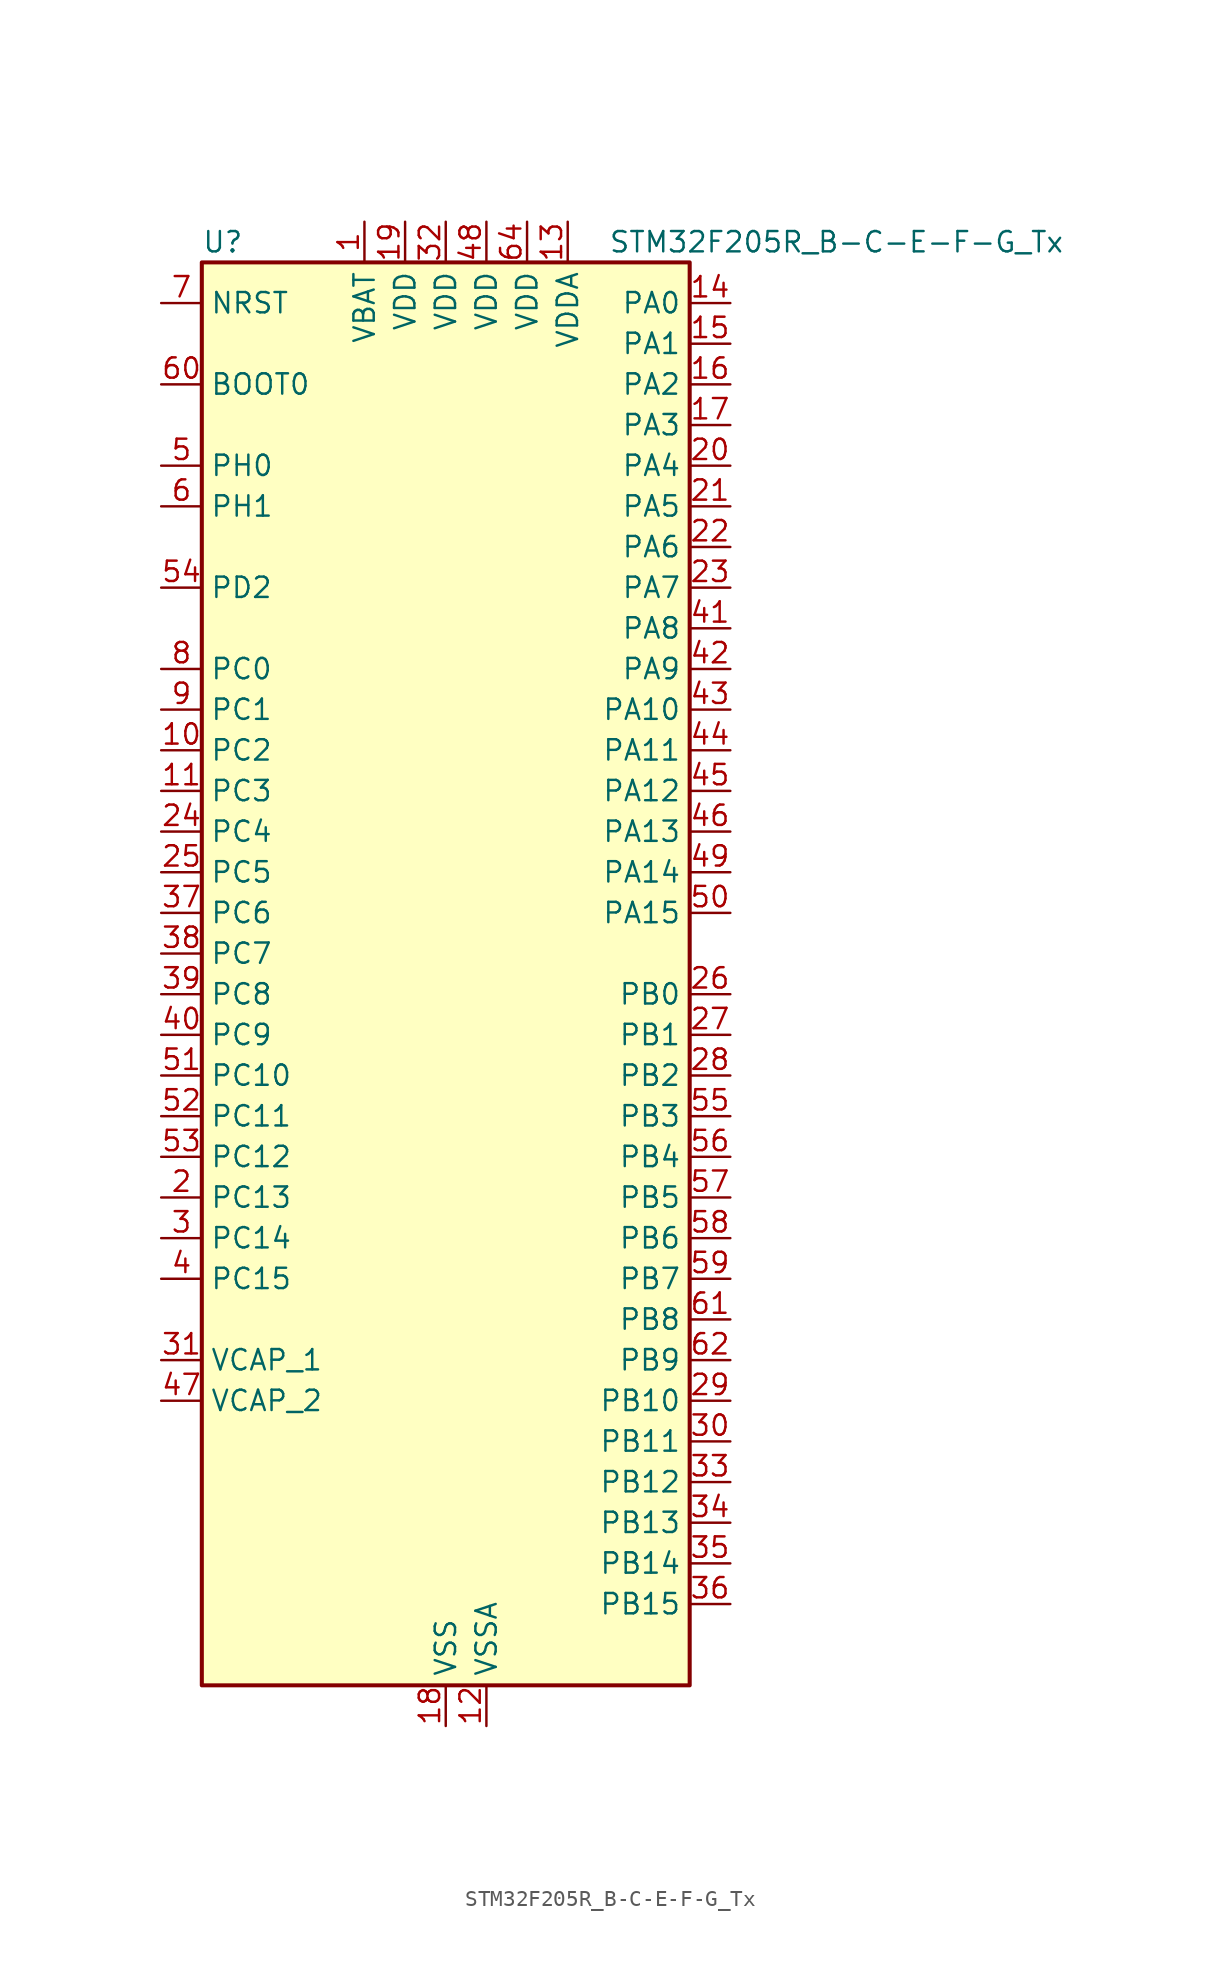
<source format=kicad_sym>
(kicad_symbol_lib
  (version 20231120)
  (generator "kicad_symbol_editor")
  (generator_version "8.0")
  (symbol "STM32F205R_B-C-E-F-G_Tx"
    (property "Reference" "U"
      (at -15.24 46.99 0)
      (effects (font (size 1.27 1.27)) (justify left)))
    (property "Value" "STM32F205R_B-C-E-F-G_Tx"
      (at 10.16 46.99 0)
      (effects (font (size 1.27 1.27)) (justify left)))
    (property "ki_locked" ""
      (at 0 0 0)
      (effects (font (size 1.27 1.27))))
    (symbol "STM32F205R_B-C-E-F-G_Tx_0_1"
      (rectangle (start -15.24 -43.18) (end 15.24 45.72) (stroke (width 0.254) (type default)) (fill (type background))))
    (symbol "STM32F205R_B-C-E-F-G_Tx_1_1"
      (pin power_in line (at -5.08 48.26 270) (length 2.54) (name "VBAT" (effects (font (size 1.27 1.27)))) (number "1" (effects (font (size 1.27 1.27)))))
      (pin bidirectional line (at -17.78 15.24 0) (length 2.54) (name "PC2" (effects (font (size 1.27 1.27)))) (number "10" (effects (font (size 1.27 1.27)))) (alternate "ADC1_IN12" bidirectional line) (alternate "ADC2_IN12" bidirectional line) (alternate "ADC3_IN12" bidirectional line) (alternate "SPI2_MISO" bidirectional line) (alternate "USB_OTG_HS_ULPI_DIR" bidirectional line))
      (pin bidirectional line (at -17.78 12.7 0) (length 2.54) (name "PC3" (effects (font (size 1.27 1.27)))) (number "11" (effects (font (size 1.27 1.27)))) (alternate "ADC1_IN13" bidirectional line) (alternate "ADC2_IN13" bidirectional line) (alternate "ADC3_IN13" bidirectional line) (alternate "I2S2_SD" bidirectional line) (alternate "SPI2_MOSI" bidirectional line) (alternate "USB_OTG_HS_ULPI_NXT" bidirectional line))
      (pin power_in line (at 2.54 -45.72 90) (length 2.54) (name "VSSA" (effects (font (size 1.27 1.27)))) (number "12" (effects (font (size 1.27 1.27)))))
      (pin power_in line (at 7.62 48.26 270) (length 2.54) (name "VDDA" (effects (font (size 1.27 1.27)))) (number "13" (effects (font (size 1.27 1.27)))))
      (pin bidirectional line (at 17.78 43.18 180) (length 2.54) (name "PA0" (effects (font (size 1.27 1.27)))) (number "14" (effects (font (size 1.27 1.27)))) (alternate "ADC1_IN0" bidirectional line) (alternate "ADC2_IN0" bidirectional line) (alternate "ADC3_IN0" bidirectional line) (alternate "SYS_WKUP" bidirectional line) (alternate "TIM2_CH1" bidirectional line) (alternate "TIM2_ETR" bidirectional line) (alternate "TIM5_CH1" bidirectional line) (alternate "TIM8_ETR" bidirectional line) (alternate "UART4_TX" bidirectional line) (alternate "USART2_CTS" bidirectional line))
      (pin bidirectional line (at 17.78 40.64 180) (length 2.54) (name "PA1" (effects (font (size 1.27 1.27)))) (number "15" (effects (font (size 1.27 1.27)))) (alternate "ADC1_IN1" bidirectional line) (alternate "ADC2_IN1" bidirectional line) (alternate "ADC3_IN1" bidirectional line) (alternate "TIM2_CH2" bidirectional line) (alternate "TIM5_CH2" bidirectional line) (alternate "UART4_RX" bidirectional line) (alternate "USART2_RTS" bidirectional line))
      (pin bidirectional line (at 17.78 38.1 180) (length 2.54) (name "PA2" (effects (font (size 1.27 1.27)))) (number "16" (effects (font (size 1.27 1.27)))) (alternate "ADC1_IN2" bidirectional line) (alternate "ADC2_IN2" bidirectional line) (alternate "ADC3_IN2" bidirectional line) (alternate "TIM2_CH3" bidirectional line) (alternate "TIM5_CH3" bidirectional line) (alternate "TIM9_CH1" bidirectional line) (alternate "USART2_TX" bidirectional line))
      (pin bidirectional line (at 17.78 35.56 180) (length 2.54) (name "PA3" (effects (font (size 1.27 1.27)))) (number "17" (effects (font (size 1.27 1.27)))) (alternate "ADC1_IN3" bidirectional line) (alternate "ADC2_IN3" bidirectional line) (alternate "ADC3_IN3" bidirectional line) (alternate "TIM2_CH4" bidirectional line) (alternate "TIM5_CH4" bidirectional line) (alternate "TIM9_CH2" bidirectional line) (alternate "USART2_RX" bidirectional line) (alternate "USB_OTG_HS_ULPI_D0" bidirectional line))
      (pin power_in line (at 0 -45.72 90) (length 2.54) (name "VSS" (effects (font (size 1.27 1.27)))) (number "18" (effects (font (size 1.27 1.27)))))
      (pin power_in line (at -2.54 48.26 270) (length 2.54) (name "VDD" (effects (font (size 1.27 1.27)))) (number "19" (effects (font (size 1.27 1.27)))))
      (pin bidirectional line (at -17.78 -12.7 0) (length 2.54) (name "PC13" (effects (font (size 1.27 1.27)))) (number "2" (effects (font (size 1.27 1.27)))) (alternate "RTC_AF1" bidirectional line))
      (pin bidirectional line (at 17.78 33.02 180) (length 2.54) (name "PA4" (effects (font (size 1.27 1.27)))) (number "20" (effects (font (size 1.27 1.27)))) (alternate "ADC1_IN4" bidirectional line) (alternate "ADC2_IN4" bidirectional line) (alternate "DAC_OUT1" bidirectional line) (alternate "I2S3_WS" bidirectional line) (alternate "SPI1_NSS" bidirectional line) (alternate "SPI3_NSS" bidirectional line) (alternate "USART2_CK" bidirectional line) (alternate "USB_OTG_HS_SOF" bidirectional line))
      (pin bidirectional line (at 17.78 30.48 180) (length 2.54) (name "PA5" (effects (font (size 1.27 1.27)))) (number "21" (effects (font (size 1.27 1.27)))) (alternate "ADC1_IN5" bidirectional line) (alternate "ADC2_IN5" bidirectional line) (alternate "DAC_OUT2" bidirectional line) (alternate "SPI1_SCK" bidirectional line) (alternate "TIM2_CH1" bidirectional line) (alternate "TIM2_ETR" bidirectional line) (alternate "TIM8_CH1N" bidirectional line) (alternate "USB_OTG_HS_ULPI_CK" bidirectional line))
      (pin bidirectional line (at 17.78 27.94 180) (length 2.54) (name "PA6" (effects (font (size 1.27 1.27)))) (number "22" (effects (font (size 1.27 1.27)))) (alternate "ADC1_IN6" bidirectional line) (alternate "ADC2_IN6" bidirectional line) (alternate "SPI1_MISO" bidirectional line) (alternate "TIM13_CH1" bidirectional line) (alternate "TIM1_BKIN" bidirectional line) (alternate "TIM3_CH1" bidirectional line) (alternate "TIM8_BKIN" bidirectional line))
      (pin bidirectional line (at 17.78 25.4 180) (length 2.54) (name "PA7" (effects (font (size 1.27 1.27)))) (number "23" (effects (font (size 1.27 1.27)))) (alternate "ADC1_IN7" bidirectional line) (alternate "ADC2_IN7" bidirectional line) (alternate "SPI1_MOSI" bidirectional line) (alternate "TIM14_CH1" bidirectional line) (alternate "TIM1_CH1N" bidirectional line) (alternate "TIM3_CH2" bidirectional line) (alternate "TIM8_CH1N" bidirectional line))
      (pin bidirectional line (at -17.78 10.16 0) (length 2.54) (name "PC4" (effects (font (size 1.27 1.27)))) (number "24" (effects (font (size 1.27 1.27)))) (alternate "ADC1_IN14" bidirectional line) (alternate "ADC2_IN14" bidirectional line))
      (pin bidirectional line (at -17.78 7.62 0) (length 2.54) (name "PC5" (effects (font (size 1.27 1.27)))) (number "25" (effects (font (size 1.27 1.27)))) (alternate "ADC1_IN15" bidirectional line) (alternate "ADC2_IN15" bidirectional line))
      (pin bidirectional line (at 17.78 0 180) (length 2.54) (name "PB0" (effects (font (size 1.27 1.27)))) (number "26" (effects (font (size 1.27 1.27)))) (alternate "ADC1_IN8" bidirectional line) (alternate "ADC2_IN8" bidirectional line) (alternate "TIM1_CH2N" bidirectional line) (alternate "TIM3_CH3" bidirectional line) (alternate "TIM8_CH2N" bidirectional line) (alternate "USB_OTG_HS_ULPI_D1" bidirectional line))
      (pin bidirectional line (at 17.78 -2.54 180) (length 2.54) (name "PB1" (effects (font (size 1.27 1.27)))) (number "27" (effects (font (size 1.27 1.27)))) (alternate "ADC1_IN9" bidirectional line) (alternate "ADC2_IN9" bidirectional line) (alternate "TIM1_CH3N" bidirectional line) (alternate "TIM3_CH4" bidirectional line) (alternate "TIM8_CH3N" bidirectional line) (alternate "USB_OTG_HS_ULPI_D2" bidirectional line))
      (pin bidirectional line (at 17.78 -5.08 180) (length 2.54) (name "PB2" (effects (font (size 1.27 1.27)))) (number "28" (effects (font (size 1.27 1.27)))))
      (pin bidirectional line (at 17.78 -25.4 180) (length 2.54) (name "PB10" (effects (font (size 1.27 1.27)))) (number "29" (effects (font (size 1.27 1.27)))) (alternate "I2C2_SCL" bidirectional line) (alternate "I2S2_SCK" bidirectional line) (alternate "SPI2_SCK" bidirectional line) (alternate "TIM2_CH3" bidirectional line) (alternate "USART3_TX" bidirectional line) (alternate "USB_OTG_HS_ULPI_D3" bidirectional line))
      (pin bidirectional line (at -17.78 -15.24 0) (length 2.54) (name "PC14" (effects (font (size 1.27 1.27)))) (number "3" (effects (font (size 1.27 1.27)))) (alternate "RCC_OSC32_IN" bidirectional line))
      (pin bidirectional line (at 17.78 -27.94 180) (length 2.54) (name "PB11" (effects (font (size 1.27 1.27)))) (number "30" (effects (font (size 1.27 1.27)))) (alternate "ADC1_EXTI11" bidirectional line) (alternate "ADC2_EXTI11" bidirectional line) (alternate "ADC3_EXTI11" bidirectional line) (alternate "I2C2_SDA" bidirectional line) (alternate "TIM2_CH4" bidirectional line) (alternate "USART3_RX" bidirectional line) (alternate "USB_OTG_HS_ULPI_D4" bidirectional line))
      (pin power_out line (at -17.78 -22.86 0) (length 2.54) (name "VCAP_1" (effects (font (size 1.27 1.27)))) (number "31" (effects (font (size 1.27 1.27)))))
      (pin power_in line (at 0 48.26 270) (length 2.54) (name "VDD" (effects (font (size 1.27 1.27)))) (number "32" (effects (font (size 1.27 1.27)))))
      (pin bidirectional line (at 17.78 -30.48 180) (length 2.54) (name "PB12" (effects (font (size 1.27 1.27)))) (number "33" (effects (font (size 1.27 1.27)))) (alternate "CAN2_RX" bidirectional line) (alternate "I2C2_SMBA" bidirectional line) (alternate "I2S2_WS" bidirectional line) (alternate "SPI2_NSS" bidirectional line) (alternate "TIM1_BKIN" bidirectional line) (alternate "USART3_CK" bidirectional line) (alternate "USB_OTG_HS_ID" bidirectional line) (alternate "USB_OTG_HS_ULPI_D5" bidirectional line))
      (pin bidirectional line (at 17.78 -33.02 180) (length 2.54) (name "PB13" (effects (font (size 1.27 1.27)))) (number "34" (effects (font (size 1.27 1.27)))) (alternate "CAN2_TX" bidirectional line) (alternate "I2S2_SCK" bidirectional line) (alternate "SPI2_SCK" bidirectional line) (alternate "TIM1_CH1N" bidirectional line) (alternate "USART3_CTS" bidirectional line) (alternate "USB_OTG_HS_ULPI_D6" bidirectional line) (alternate "USB_OTG_HS_VBUS" bidirectional line))
      (pin bidirectional line (at 17.78 -35.56 180) (length 2.54) (name "PB14" (effects (font (size 1.27 1.27)))) (number "35" (effects (font (size 1.27 1.27)))) (alternate "SPI2_MISO" bidirectional line) (alternate "TIM12_CH1" bidirectional line) (alternate "TIM1_CH2N" bidirectional line) (alternate "TIM8_CH2N" bidirectional line) (alternate "USART3_RTS" bidirectional line) (alternate "USB_OTG_HS_DM" bidirectional line))
      (pin bidirectional line (at 17.78 -38.1 180) (length 2.54) (name "PB15" (effects (font (size 1.27 1.27)))) (number "36" (effects (font (size 1.27 1.27)))) (alternate "ADC1_EXTI15" bidirectional line) (alternate "ADC2_EXTI15" bidirectional line) (alternate "ADC3_EXTI15" bidirectional line) (alternate "I2S2_SD" bidirectional line) (alternate "RTC_REFIN" bidirectional line) (alternate "SPI2_MOSI" bidirectional line) (alternate "TIM12_CH2" bidirectional line) (alternate "TIM1_CH3N" bidirectional line) (alternate "TIM8_CH3N" bidirectional line) (alternate "USB_OTG_HS_DP" bidirectional line))
      (pin bidirectional line (at -17.78 5.08 0) (length 2.54) (name "PC6" (effects (font (size 1.27 1.27)))) (number "37" (effects (font (size 1.27 1.27)))) (alternate "I2S2_MCK" bidirectional line) (alternate "SDIO_D6" bidirectional line) (alternate "TIM3_CH1" bidirectional line) (alternate "TIM8_CH1" bidirectional line) (alternate "USART6_TX" bidirectional line))
      (pin bidirectional line (at -17.78 2.54 0) (length 2.54) (name "PC7" (effects (font (size 1.27 1.27)))) (number "38" (effects (font (size 1.27 1.27)))) (alternate "I2S3_MCK" bidirectional line) (alternate "SDIO_D7" bidirectional line) (alternate "TIM3_CH2" bidirectional line) (alternate "TIM8_CH2" bidirectional line) (alternate "USART6_RX" bidirectional line))
      (pin bidirectional line (at -17.78 0 0) (length 2.54) (name "PC8" (effects (font (size 1.27 1.27)))) (number "39" (effects (font (size 1.27 1.27)))) (alternate "SDIO_D0" bidirectional line) (alternate "TIM3_CH3" bidirectional line) (alternate "TIM8_CH3" bidirectional line) (alternate "USART6_CK" bidirectional line))
      (pin bidirectional line (at -17.78 -17.78 0) (length 2.54) (name "PC15" (effects (font (size 1.27 1.27)))) (number "4" (effects (font (size 1.27 1.27)))) (alternate "ADC1_EXTI15" bidirectional line) (alternate "ADC2_EXTI15" bidirectional line) (alternate "ADC3_EXTI15" bidirectional line) (alternate "RCC_OSC32_OUT" bidirectional line))
      (pin bidirectional line (at -17.78 -2.54 0) (length 2.54) (name "PC9" (effects (font (size 1.27 1.27)))) (number "40" (effects (font (size 1.27 1.27)))) (alternate "DAC_EXTI9" bidirectional line) (alternate "I2C3_SDA" bidirectional line) (alternate "I2S_CKIN" bidirectional line) (alternate "RCC_MCO_2" bidirectional line) (alternate "SDIO_D1" bidirectional line) (alternate "TIM3_CH4" bidirectional line) (alternate "TIM8_CH4" bidirectional line))
      (pin bidirectional line (at 17.78 22.86 180) (length 2.54) (name "PA8" (effects (font (size 1.27 1.27)))) (number "41" (effects (font (size 1.27 1.27)))) (alternate "I2C3_SCL" bidirectional line) (alternate "RCC_MCO_1" bidirectional line) (alternate "TIM1_CH1" bidirectional line) (alternate "USART1_CK" bidirectional line) (alternate "USB_OTG_FS_SOF" bidirectional line))
      (pin bidirectional line (at 17.78 20.32 180) (length 2.54) (name "PA9" (effects (font (size 1.27 1.27)))) (number "42" (effects (font (size 1.27 1.27)))) (alternate "DAC_EXTI9" bidirectional line) (alternate "I2C3_SMBA" bidirectional line) (alternate "TIM1_CH2" bidirectional line) (alternate "USART1_TX" bidirectional line) (alternate "USB_OTG_FS_VBUS" bidirectional line))
      (pin bidirectional line (at 17.78 17.78 180) (length 2.54) (name "PA10" (effects (font (size 1.27 1.27)))) (number "43" (effects (font (size 1.27 1.27)))) (alternate "TIM1_CH3" bidirectional line) (alternate "USART1_RX" bidirectional line) (alternate "USB_OTG_FS_ID" bidirectional line))
      (pin bidirectional line (at 17.78 15.24 180) (length 2.54) (name "PA11" (effects (font (size 1.27 1.27)))) (number "44" (effects (font (size 1.27 1.27)))) (alternate "ADC1_EXTI11" bidirectional line) (alternate "ADC2_EXTI11" bidirectional line) (alternate "ADC3_EXTI11" bidirectional line) (alternate "CAN1_RX" bidirectional line) (alternate "TIM1_CH4" bidirectional line) (alternate "USART1_CTS" bidirectional line) (alternate "USB_OTG_FS_DM" bidirectional line))
      (pin bidirectional line (at 17.78 12.7 180) (length 2.54) (name "PA12" (effects (font (size 1.27 1.27)))) (number "45" (effects (font (size 1.27 1.27)))) (alternate "CAN1_TX" bidirectional line) (alternate "TIM1_ETR" bidirectional line) (alternate "USART1_RTS" bidirectional line) (alternate "USB_OTG_FS_DP" bidirectional line))
      (pin bidirectional line (at 17.78 10.16 180) (length 2.54) (name "PA13" (effects (font (size 1.27 1.27)))) (number "46" (effects (font (size 1.27 1.27)))) (alternate "SYS_JTMS-SWDIO" bidirectional line))
      (pin power_out line (at -17.78 -25.4 0) (length 2.54) (name "VCAP_2" (effects (font (size 1.27 1.27)))) (number "47" (effects (font (size 1.27 1.27)))))
      (pin power_in line (at 2.54 48.26 270) (length 2.54) (name "VDD" (effects (font (size 1.27 1.27)))) (number "48" (effects (font (size 1.27 1.27)))))
      (pin bidirectional line (at 17.78 7.62 180) (length 2.54) (name "PA14" (effects (font (size 1.27 1.27)))) (number "49" (effects (font (size 1.27 1.27)))) (alternate "SYS_JTCK-SWCLK" bidirectional line))
      (pin bidirectional line (at -17.78 33.02 0) (length 2.54) (name "PH0" (effects (font (size 1.27 1.27)))) (number "5" (effects (font (size 1.27 1.27)))) (alternate "RCC_OSC_IN" bidirectional line))
      (pin bidirectional line (at 17.78 5.08 180) (length 2.54) (name "PA15" (effects (font (size 1.27 1.27)))) (number "50" (effects (font (size 1.27 1.27)))) (alternate "ADC1_EXTI15" bidirectional line) (alternate "ADC2_EXTI15" bidirectional line) (alternate "ADC3_EXTI15" bidirectional line) (alternate "I2S3_WS" bidirectional line) (alternate "SPI1_NSS" bidirectional line) (alternate "SPI3_NSS" bidirectional line) (alternate "SYS_JTDI" bidirectional line) (alternate "TIM2_CH1" bidirectional line) (alternate "TIM2_ETR" bidirectional line))
      (pin bidirectional line (at -17.78 -5.08 0) (length 2.54) (name "PC10" (effects (font (size 1.27 1.27)))) (number "51" (effects (font (size 1.27 1.27)))) (alternate "I2S3_SCK" bidirectional line) (alternate "SDIO_D2" bidirectional line) (alternate "SPI3_SCK" bidirectional line) (alternate "UART4_TX" bidirectional line) (alternate "USART3_TX" bidirectional line))
      (pin bidirectional line (at -17.78 -7.62 0) (length 2.54) (name "PC11" (effects (font (size 1.27 1.27)))) (number "52" (effects (font (size 1.27 1.27)))) (alternate "ADC1_EXTI11" bidirectional line) (alternate "ADC2_EXTI11" bidirectional line) (alternate "ADC3_EXTI11" bidirectional line) (alternate "SDIO_D3" bidirectional line) (alternate "SPI3_MISO" bidirectional line) (alternate "UART4_RX" bidirectional line) (alternate "USART3_RX" bidirectional line))
      (pin bidirectional line (at -17.78 -10.16 0) (length 2.54) (name "PC12" (effects (font (size 1.27 1.27)))) (number "53" (effects (font (size 1.27 1.27)))) (alternate "I2S3_SD" bidirectional line) (alternate "SDIO_CK" bidirectional line) (alternate "SPI3_MOSI" bidirectional line) (alternate "UART5_TX" bidirectional line) (alternate "USART3_CK" bidirectional line))
      (pin bidirectional line (at -17.78 25.4 0) (length 2.54) (name "PD2" (effects (font (size 1.27 1.27)))) (number "54" (effects (font (size 1.27 1.27)))) (alternate "SDIO_CMD" bidirectional line) (alternate "TIM3_ETR" bidirectional line) (alternate "UART5_RX" bidirectional line))
      (pin bidirectional line (at 17.78 -7.62 180) (length 2.54) (name "PB3" (effects (font (size 1.27 1.27)))) (number "55" (effects (font (size 1.27 1.27)))) (alternate "I2S3_SCK" bidirectional line) (alternate "SPI1_SCK" bidirectional line) (alternate "SPI3_SCK" bidirectional line) (alternate "SYS_JTDO-SWO" bidirectional line) (alternate "TIM2_CH2" bidirectional line))
      (pin bidirectional line (at 17.78 -10.16 180) (length 2.54) (name "PB4" (effects (font (size 1.27 1.27)))) (number "56" (effects (font (size 1.27 1.27)))) (alternate "SPI1_MISO" bidirectional line) (alternate "SPI3_MISO" bidirectional line) (alternate "SYS_JTRST" bidirectional line) (alternate "TIM3_CH1" bidirectional line))
      (pin bidirectional line (at 17.78 -12.7 180) (length 2.54) (name "PB5" (effects (font (size 1.27 1.27)))) (number "57" (effects (font (size 1.27 1.27)))) (alternate "CAN2_RX" bidirectional line) (alternate "I2C1_SMBA" bidirectional line) (alternate "I2S3_SD" bidirectional line) (alternate "SPI1_MOSI" bidirectional line) (alternate "SPI3_MOSI" bidirectional line) (alternate "TIM3_CH2" bidirectional line) (alternate "USB_OTG_HS_ULPI_D7" bidirectional line))
      (pin bidirectional line (at 17.78 -15.24 180) (length 2.54) (name "PB6" (effects (font (size 1.27 1.27)))) (number "58" (effects (font (size 1.27 1.27)))) (alternate "CAN2_TX" bidirectional line) (alternate "I2C1_SCL" bidirectional line) (alternate "TIM4_CH1" bidirectional line) (alternate "USART1_TX" bidirectional line))
      (pin bidirectional line (at 17.78 -17.78 180) (length 2.54) (name "PB7" (effects (font (size 1.27 1.27)))) (number "59" (effects (font (size 1.27 1.27)))) (alternate "I2C1_SDA" bidirectional line) (alternate "TIM4_CH2" bidirectional line) (alternate "USART1_RX" bidirectional line))
      (pin bidirectional line (at -17.78 30.48 0) (length 2.54) (name "PH1" (effects (font (size 1.27 1.27)))) (number "6" (effects (font (size 1.27 1.27)))) (alternate "RCC_OSC_OUT" bidirectional line))
      (pin input line (at -17.78 38.1 0) (length 2.54) (name "BOOT0" (effects (font (size 1.27 1.27)))) (number "60" (effects (font (size 1.27 1.27)))))
      (pin bidirectional line (at 17.78 -20.32 180) (length 2.54) (name "PB8" (effects (font (size 1.27 1.27)))) (number "61" (effects (font (size 1.27 1.27)))) (alternate "CAN1_RX" bidirectional line) (alternate "I2C1_SCL" bidirectional line) (alternate "SDIO_D4" bidirectional line) (alternate "TIM10_CH1" bidirectional line) (alternate "TIM4_CH3" bidirectional line))
      (pin bidirectional line (at 17.78 -22.86 180) (length 2.54) (name "PB9" (effects (font (size 1.27 1.27)))) (number "62" (effects (font (size 1.27 1.27)))) (alternate "CAN1_TX" bidirectional line) (alternate "DAC_EXTI9" bidirectional line) (alternate "I2C1_SDA" bidirectional line) (alternate "I2S2_WS" bidirectional line) (alternate "SDIO_D5" bidirectional line) (alternate "SPI2_NSS" bidirectional line) (alternate "TIM11_CH1" bidirectional line) (alternate "TIM4_CH4" bidirectional line))
      (pin passive line (at 0 -45.72 90) (length 2.54) hide (name "VSS" (effects (font (size 1.27 1.27)))) (number "63" (effects (font (size 1.27 1.27)))))
      (pin power_in line (at 5.08 48.26 270) (length 2.54) (name "VDD" (effects (font (size 1.27 1.27)))) (number "64" (effects (font (size 1.27 1.27)))))
      (pin input line (at -17.78 43.18 0) (length 2.54) (name "NRST" (effects (font (size 1.27 1.27)))) (number "7" (effects (font (size 1.27 1.27)))))
      (pin bidirectional line (at -17.78 20.32 0) (length 2.54) (name "PC0" (effects (font (size 1.27 1.27)))) (number "8" (effects (font (size 1.27 1.27)))) (alternate "ADC1_IN10" bidirectional line) (alternate "ADC2_IN10" bidirectional line) (alternate "ADC3_IN10" bidirectional line) (alternate "USB_OTG_HS_ULPI_STP" bidirectional line))
      (pin bidirectional line (at -17.78 17.78 0) (length 2.54) (name "PC1" (effects (font (size 1.27 1.27)))) (number "9" (effects (font (size 1.27 1.27)))) (alternate "ADC1_IN11" bidirectional line) (alternate "ADC2_IN11" bidirectional line) (alternate "ADC3_IN11" bidirectional line)))))
</source>
